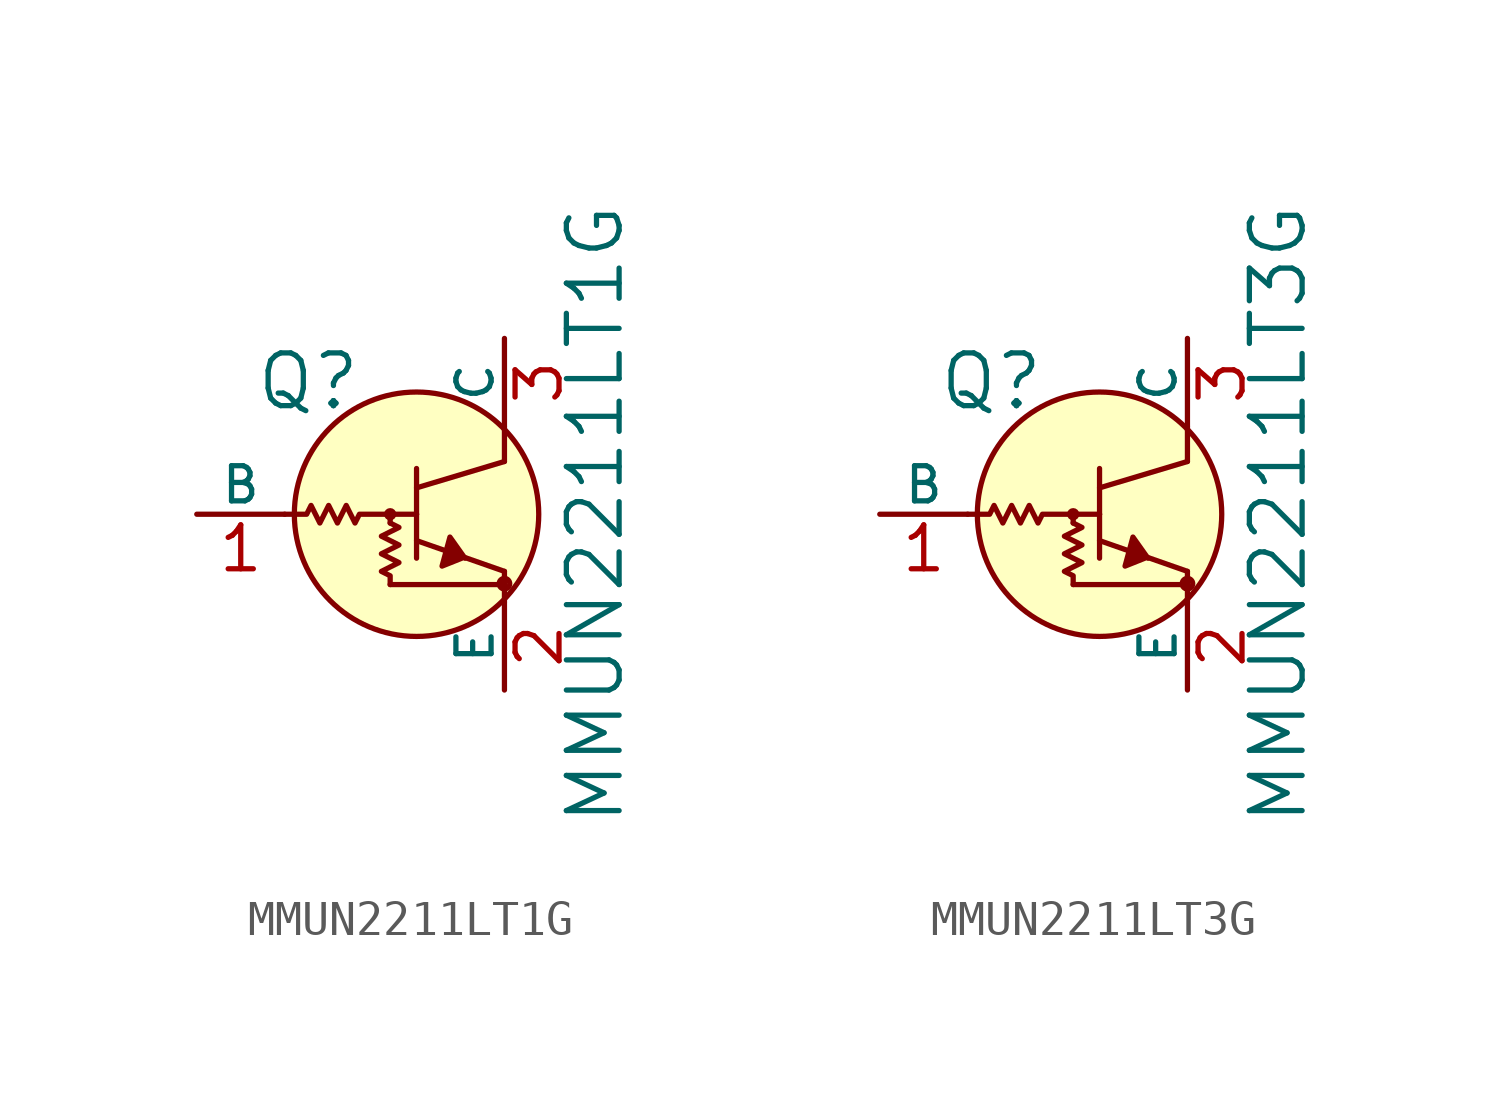
<source format=kicad_sym>
(kicad_symbol_lib
  (version 20201005)
  (generator kicad_symbol_editor)
  (symbol "MMUN2211LT1G"
    (pin_names
      (offset 0))
    (property "Reference" "Q"
      (at -4.115 3.835 0)
      (effects (font (size 1.524 1.524)) (justify right)))
    (property "Value" "MMUN2211LT1G"
      (at 2.616 0 90)
      (effects (font (size 1.524 1.524))))
    (symbol "MMUN2211LT1G_0_1"
      (circle (center -3.302 0) (radius 0.102) (stroke (width 0)) (fill (type none)))
      (circle (center -2.54 0) (radius 3.531) (stroke (width 0)) (fill (type background)))
      (circle (center 0 -2.007) (radius 0.076) (stroke (width 0)) (fill (type none)))
      (polyline (pts (xy -3.302 -2.032) (xy 0 -2.032)) (stroke (width 0)) (fill (type none)))
      (polyline (pts (xy -3.302 0) (xy -3.302 -0.254)) (stroke (width 0)) (fill (type none)))
      (polyline (pts (xy -2.54 -0.762) (xy 0 -1.651)) (stroke (width 0)) (fill (type none)))
      (polyline (pts (xy -2.54 0) (xy -2.54 -1.27)) (stroke (width 0)) (fill (type none)))
      (polyline (pts (xy -2.54 0) (xy -2.54 1.321)) (stroke (width 0)) (fill (type none)))
      (polyline (pts (xy -2.54 0.762) (xy 0 1.524)) (stroke (width 0)) (fill (type none)))
      (polyline (pts (xy 0 -2.54) (xy 0 -1.651)) (stroke (width 0)) (fill (type none)))
      (polyline (pts (xy 0 2.54) (xy 0 1.524)) (stroke (width 0)) (fill (type none)))
      (polyline (pts (xy -1.143 -1.27) (xy -1.575 -0.66) (xy -1.803 -1.499) (xy -1.168 -1.245)) (stroke (width 0)) (fill (type outline)))
      (polyline (pts (xy -3.302 -0.254) (xy -3.048 -0.381) (xy -3.556 -0.635) (xy -3.048 -0.889) (xy -3.556 -1.143) (xy -3.048 -1.397) (xy -3.556 -1.651) (xy -3.302 -1.778) (xy -3.302 -2.032)) (stroke (width 0)) (fill (type none)))
      (polyline (pts (xy -6.35 0) (xy -5.715 0) (xy -5.588 0.254) (xy -5.334 -0.254) (xy -5.08 0.254) (xy -4.826 -0.254) (xy -4.572 0.254) (xy -4.318 -0.254) (xy -4.191 0) (xy -2.54 0)) (stroke (width 0)) (fill (type none))))
    (symbol "MMUN2211LT1G_1_1"
      (pin input line (at -8.89 0 0) (length 2.54) (name "B" (effects (font (size 1.016 1.016)))) (number "1" (effects (font (size 1.27 1.27)))))
      (pin passive line (at 0 -5.08 90) (length 2.54) (name "E" (effects (font (size 1.016 1.016)))) (number "2" (effects (font (size 1.27 1.27)))))
      (pin passive line (at 0 5.08 270) (length 2.54) (name "C" (effects (font (size 1.016 1.016)))) (number "3" (effects (font (size 1.27 1.27)))))))
  (symbol "MMUN2211LT3G"
    (pin_names
      (offset 0))
    (property "Reference" "Q"
      (at -4.115 3.835 0)
      (effects (font (size 1.524 1.524)) (justify right)))
    (property "Value" "MMUN2211LT3G"
      (at 2.616 0 90)
      (effects (font (size 1.524 1.524))))
    (symbol "MMUN2211LT3G_0_1"
      (circle (center -3.302 0) (radius 0.102) (stroke (width 0)) (fill (type none)))
      (circle (center -2.54 0) (radius 3.531) (stroke (width 0)) (fill (type background)))
      (circle (center 0 -2.007) (radius 0.076) (stroke (width 0)) (fill (type none)))
      (polyline (pts (xy -3.302 -2.032) (xy 0 -2.032)) (stroke (width 0)) (fill (type none)))
      (polyline (pts (xy -3.302 0) (xy -3.302 -0.254)) (stroke (width 0)) (fill (type none)))
      (polyline (pts (xy -2.54 -0.762) (xy 0 -1.651)) (stroke (width 0)) (fill (type none)))
      (polyline (pts (xy -2.54 0) (xy -2.54 -1.27)) (stroke (width 0)) (fill (type none)))
      (polyline (pts (xy -2.54 0) (xy -2.54 1.321)) (stroke (width 0)) (fill (type none)))
      (polyline (pts (xy -2.54 0.762) (xy 0 1.524)) (stroke (width 0)) (fill (type none)))
      (polyline (pts (xy 0 -2.54) (xy 0 -1.651)) (stroke (width 0)) (fill (type none)))
      (polyline (pts (xy 0 2.54) (xy 0 1.524)) (stroke (width 0)) (fill (type none)))
      (polyline (pts (xy -1.143 -1.27) (xy -1.575 -0.66) (xy -1.803 -1.499) (xy -1.168 -1.245)) (stroke (width 0)) (fill (type outline)))
      (polyline (pts (xy -3.302 -0.254) (xy -3.048 -0.381) (xy -3.556 -0.635) (xy -3.048 -0.889) (xy -3.556 -1.143) (xy -3.048 -1.397) (xy -3.556 -1.651) (xy -3.302 -1.778) (xy -3.302 -2.032)) (stroke (width 0)) (fill (type none)))
      (polyline (pts (xy -6.35 0) (xy -5.715 0) (xy -5.588 0.254) (xy -5.334 -0.254) (xy -5.08 0.254) (xy -4.826 -0.254) (xy -4.572 0.254) (xy -4.318 -0.254) (xy -4.191 0) (xy -2.54 0)) (stroke (width 0)) (fill (type none))))
    (symbol "MMUN2211LT3G_1_1"
      (pin input line (at -8.89 0 0) (length 2.54) (name "B" (effects (font (size 1.016 1.016)))) (number "1" (effects (font (size 1.27 1.27)))))
      (pin passive line (at 0 -5.08 90) (length 2.54) (name "E" (effects (font (size 1.016 1.016)))) (number "2" (effects (font (size 1.27 1.27)))))
      (pin passive line (at 0 5.08 270) (length 2.54) (name "C" (effects (font (size 1.016 1.016)))) (number "3" (effects (font (size 1.27 1.27))))))))
</source>
